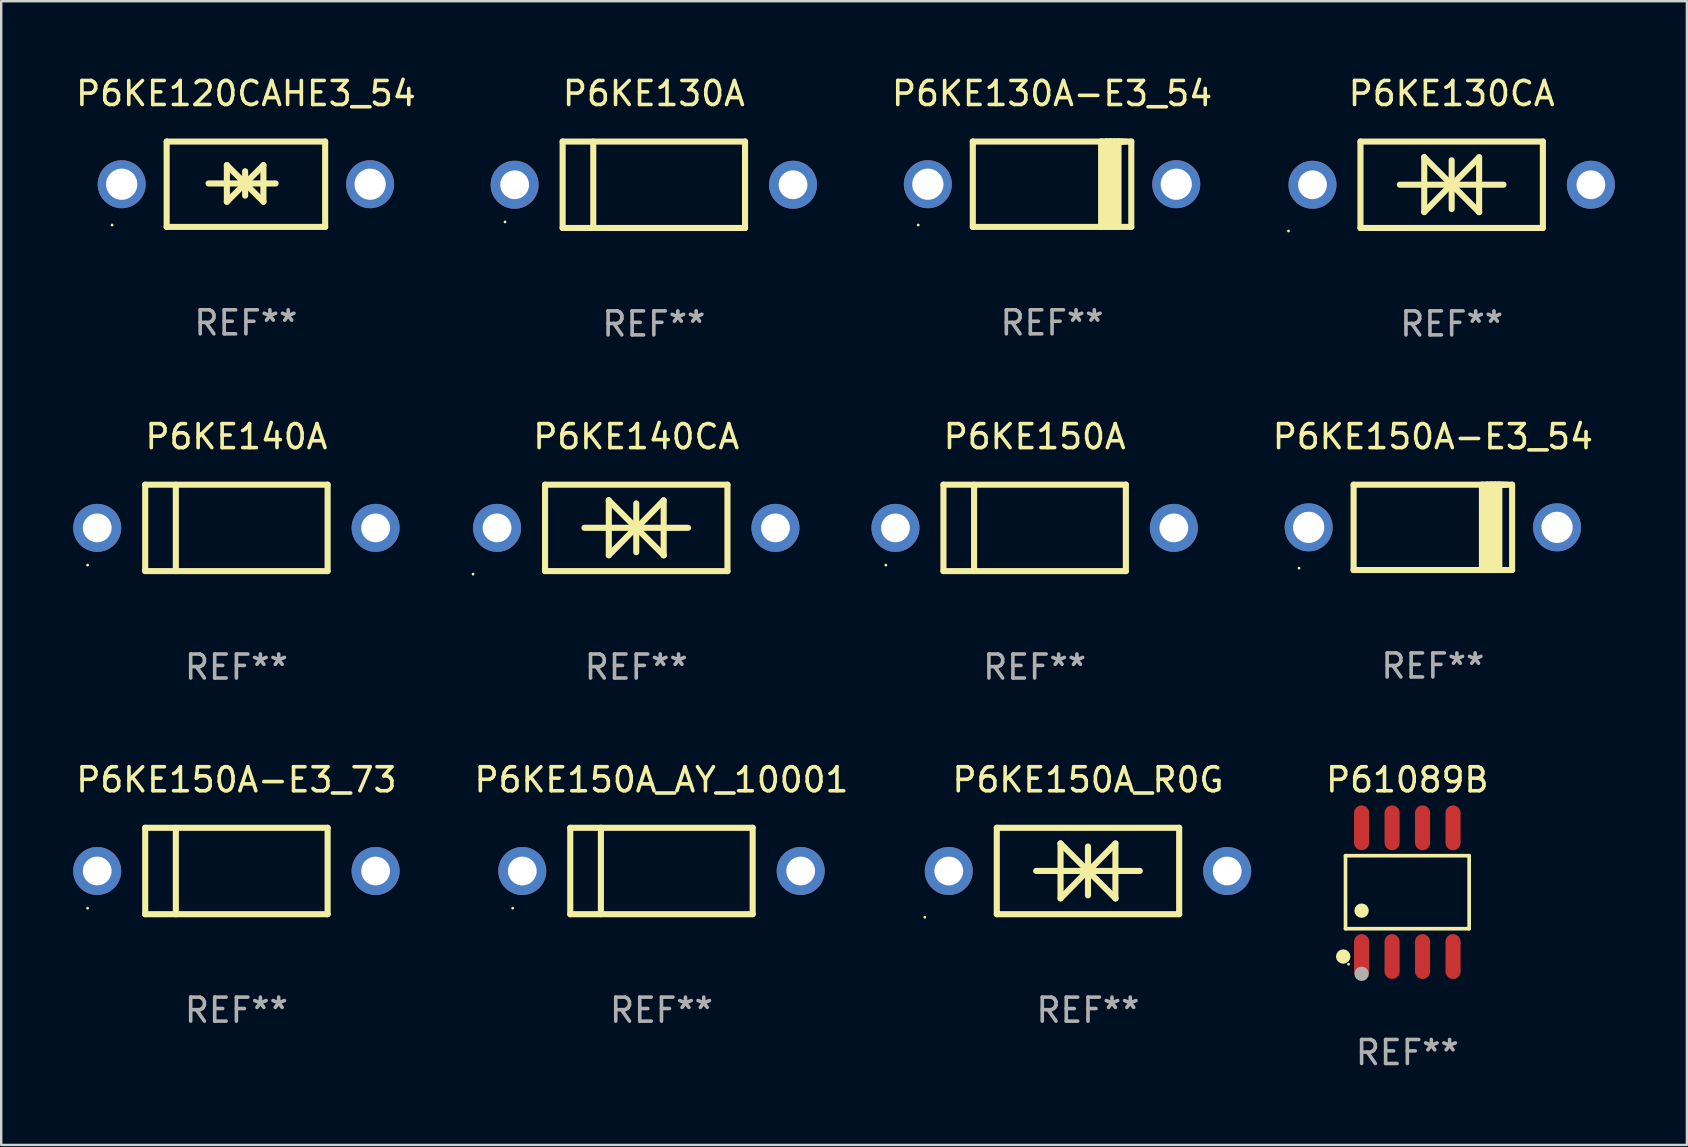
<source format=kicad_pcb>
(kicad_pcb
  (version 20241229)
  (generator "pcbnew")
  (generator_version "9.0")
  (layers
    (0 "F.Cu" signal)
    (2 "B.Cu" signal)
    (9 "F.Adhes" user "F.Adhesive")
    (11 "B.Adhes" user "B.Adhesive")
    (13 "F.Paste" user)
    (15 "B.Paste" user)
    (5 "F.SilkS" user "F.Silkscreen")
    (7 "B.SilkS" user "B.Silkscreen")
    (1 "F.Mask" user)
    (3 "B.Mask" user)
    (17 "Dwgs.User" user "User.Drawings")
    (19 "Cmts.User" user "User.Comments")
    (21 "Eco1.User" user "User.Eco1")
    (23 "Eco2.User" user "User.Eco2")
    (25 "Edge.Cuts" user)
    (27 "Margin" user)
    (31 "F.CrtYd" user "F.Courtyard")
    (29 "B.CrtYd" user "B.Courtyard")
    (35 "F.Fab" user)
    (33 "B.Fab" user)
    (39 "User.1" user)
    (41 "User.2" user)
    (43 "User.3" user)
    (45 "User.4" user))
  (footprint "P6KE120CAHE3_54"
    (layer "F.Cu")
    (at 7.196 4.626)
    (property "Reference" "P6KE120CAHE3_54" (at 0 -3.778 0) (layer "F.SilkS") (effects (font (size 1 1) (thickness 0.15))))
    (attr through_hole)
    (fp_line (start -3.302 -1.778) (end -3.302 1.778) (stroke (width 0.254) (type solid)) (layer "F.SilkS"))
    (fp_line (start -3.302 1.778) (end 3.302 1.778) (stroke (width 0.254) (type solid)) (layer "F.SilkS"))
    (fp_line (start -1.556 -0.032) (end 1.238 -0.032) (stroke (width 0.254) (type solid)) (layer "F.SilkS"))
    (fp_line (start -0.794 -0.794) (end 0.73 0.73) (stroke (width 0.254) (type solid)) (layer "F.SilkS"))
    (fp_line (start -0.794 0.73) (end -0.794 -0.794) (stroke (width 0.254) (type solid)) (layer "F.SilkS"))
    (fp_line (start -0.032 -0.54) (end -0.032 0.476) (stroke (width 0.254) (type solid)) (layer "F.SilkS"))
    (fp_line (start 0.73 -0.794) (end -0.794 0.73) (stroke (width 0.254) (type solid)) (layer "F.SilkS"))
    (fp_line (start 0.73 0.73) (end 0.73 -0.794) (stroke (width 0.254) (type solid)) (layer "F.SilkS"))
    (fp_line (start 3.302 -1.778) (end -3.302 -1.778) (stroke (width 0.254) (type solid)) (layer "F.SilkS"))
    (fp_line (start 3.302 1.778) (end 3.302 -1.778) (stroke (width 0.254) (type solid)) (layer "F.SilkS"))
    (fp_circle (center -5.576 1.7) (end -5.546 1.7) (stroke (width 0.06) (type solid)) (fill no) (layer "F.SilkS"))
    (fp_text user "REF**" (at 0 5.778 0) (layer "F.Fab") (effects (font (size 1 1) (thickness 0.15))))
    (pad "1" thru_hole circle (at -5.175 0) (size 2 2) (drill 1.3) (layers "*.Cu" "*.Mask"))
    (pad "2" thru_hole circle (at 5.175 0) (size 2 2) (drill 1.3) (layers "*.Cu" "*.Mask")))
  (footprint "P6KE130A-E3_54"
    (layer "F.Cu")
    (at 40.785 4.626)
    (property "Reference" "P6KE130A-E3_54" (at 0 -3.778 0) (layer "F.SilkS") (effects (font (size 1 1) (thickness 0.15))))
    (attr through_hole)
    (fp_line (start -3.302 -1.778) (end -3.302 1.778) (stroke (width 0.254) (type solid)) (layer "F.SilkS"))
    (fp_line (start -3.302 1.778) (end 3.302 1.778) (stroke (width 0.254) (type solid)) (layer "F.SilkS"))
    (fp_line (start 2.045 -1.778) (end 2.045 1.778) (stroke (width 0.254) (type solid)) (layer "F.SilkS"))
    (fp_line (start 2.261 -1.778) (end 2.261 1.778) (stroke (width 0.254) (type solid)) (layer "F.SilkS"))
    (fp_line (start 2.421 -1.778) (end 2.045 -1.778) (stroke (width 0.254) (type solid)) (layer "F.SilkS"))
    (fp_line (start 2.439 -1.778) (end 2.439 1.778) (stroke (width 0.254) (type solid)) (layer "F.SilkS"))
    (fp_line (start 2.579 -1.778) (end 2.261 -1.778) (stroke (width 0.254) (type solid)) (layer "F.SilkS"))
    (fp_line (start 2.604 -1.778) (end 2.604 1.778) (stroke (width 0.254) (type solid)) (layer "F.SilkS"))
    (fp_line (start 2.757 -1.778) (end 2.439 -1.778) (stroke (width 0.254) (type solid)) (layer "F.SilkS"))
    (fp_line (start 2.769 -1.778) (end 2.769 1.778) (stroke (width 0.254) (type solid)) (layer "F.SilkS"))
    (fp_line (start 2.922 -1.778) (end 2.604 -1.778) (stroke (width 0.254) (type solid)) (layer "F.SilkS"))
    (fp_line (start 3.087 -1.778) (end 2.769 -1.778) (stroke (width 0.254) (type solid)) (layer "F.SilkS"))
    (fp_line (start 3.302 -1.778) (end -3.302 -1.778) (stroke (width 0.254) (type solid)) (layer "F.SilkS"))
    (fp_line (start 3.302 1.778) (end 3.302 -1.778) (stroke (width 0.254) (type solid)) (layer "F.SilkS"))
    (fp_circle (center -5.576 1.7) (end -5.546 1.7) (stroke (width 0.06) (type solid)) (fill no) (layer "F.SilkS"))
    (fp_text user "REF**" (at 0 5.778 0) (layer "F.Fab") (effects (font (size 1 1) (thickness 0.15))))
    (pad "1" thru_hole circle (at -5.175 0) (size 2 2) (drill 1.3) (layers "*.Cu" "*.Mask"))
    (pad "2" thru_hole circle (at 5.175 0) (size 2 2) (drill 1.3) (layers "*.Cu" "*.Mask")))
  (footprint "P6KE150A-E3_54"
    (layer "F.Cu")
    (at 56.652 18.923)
    (property "Reference" "P6KE150A-E3_54" (at 0 -3.778 0) (layer "F.SilkS") (effects (font (size 1 1) (thickness 0.15))))
    (attr through_hole)
    (fp_line (start -3.302 -1.778) (end -3.302 1.778) (stroke (width 0.254) (type solid)) (layer "F.SilkS"))
    (fp_line (start -3.302 1.778) (end 3.302 1.778) (stroke (width 0.254) (type solid)) (layer "F.SilkS"))
    (fp_line (start 2.045 -1.778) (end 2.045 1.778) (stroke (width 0.254) (type solid)) (layer "F.SilkS"))
    (fp_line (start 2.261 -1.778) (end 2.261 1.778) (stroke (width 0.254) (type solid)) (layer "F.SilkS"))
    (fp_line (start 2.421 -1.778) (end 2.045 -1.778) (stroke (width 0.254) (type solid)) (layer "F.SilkS"))
    (fp_line (start 2.439 -1.778) (end 2.439 1.778) (stroke (width 0.254) (type solid)) (layer "F.SilkS"))
    (fp_line (start 2.579 -1.778) (end 2.261 -1.778) (stroke (width 0.254) (type solid)) (layer "F.SilkS"))
    (fp_line (start 2.604 -1.778) (end 2.604 1.778) (stroke (width 0.254) (type solid)) (layer "F.SilkS"))
    (fp_line (start 2.757 -1.778) (end 2.439 -1.778) (stroke (width 0.254) (type solid)) (layer "F.SilkS"))
    (fp_line (start 2.769 -1.778) (end 2.769 1.778) (stroke (width 0.254) (type solid)) (layer "F.SilkS"))
    (fp_line (start 2.922 -1.778) (end 2.604 -1.778) (stroke (width 0.254) (type solid)) (layer "F.SilkS"))
    (fp_line (start 3.087 -1.778) (end 2.769 -1.778) (stroke (width 0.254) (type solid)) (layer "F.SilkS"))
    (fp_line (start 3.302 -1.778) (end -3.302 -1.778) (stroke (width 0.254) (type solid)) (layer "F.SilkS"))
    (fp_line (start 3.302 1.778) (end 3.302 -1.778) (stroke (width 0.254) (type solid)) (layer "F.SilkS"))
    (fp_circle (center -5.576 1.7) (end -5.546 1.7) (stroke (width 0.06) (type solid)) (fill no) (layer "F.SilkS"))
    (fp_text user "REF**" (at 0 5.778 0) (layer "F.Fab") (effects (font (size 1 1) (thickness 0.15))))
    (pad "1" thru_hole circle (at -5.175 0) (size 2 2) (drill 1.3) (layers "*.Cu" "*.Mask"))
    (pad "2" thru_hole circle (at 5.175 0) (size 2 2) (drill 1.3) (layers "*.Cu" "*.Mask")))
  (footprint "P6KE150A"
    (layer "F.Cu")
    (at 40.06 18.945)
    (property "Reference" "P6KE150A" (at 0 -3.8 0) (layer "F.SilkS") (effects (font (size 1 1) (thickness 0.15))))
    (attr through_hole)
    (fp_line (start -3.8 -1.8) (end -3.8 1.8) (stroke (width 0.254) (type solid)) (layer "F.SilkS"))
    (fp_line (start -3.8 -1.8) (end 3.8 -1.8) (stroke (width 0.254) (type solid)) (layer "F.SilkS"))
    (fp_line (start -3.8 1.8) (end 3.8 1.8) (stroke (width 0.254) (type solid)) (layer "F.SilkS"))
    (fp_line (start -2.524 -1.8) (end -2.524 1.8) (stroke (width 0.254) (type solid)) (layer "F.SilkS"))
    (fp_line (start 3.8 -1.8) (end 3.8 1.8) (stroke (width 0.254) (type solid)) (layer "F.SilkS"))
    (fp_circle (center -6.2 1.55) (end -6.17 1.55) (stroke (width 0.06) (type solid)) (fill no) (layer "F.SilkS"))
    (fp_text user "REF**" (at 0 5.8 0) (layer "F.Fab") (effects (font (size 1 1) (thickness 0.15))))
    (pad "1" thru_hole circle (at -5.8 0) (size 2 2) (drill 1.2) (layers "*.Cu" "*.Mask"))
    (pad "2" thru_hole circle (at 5.8 0) (size 2 2) (drill 1.2) (layers "*.Cu" "*.Mask")))
  (footprint "P6KE140A"
    (layer "F.Cu")
    (at 6.8 18.945)
    (property "Reference" "P6KE140A" (at 0 -3.8 0) (layer "F.SilkS") (effects (font (size 1 1) (thickness 0.15))))
    (attr through_hole)
    (fp_line (start -3.8 -1.8) (end -3.8 1.8) (stroke (width 0.254) (type solid)) (layer "F.SilkS"))
    (fp_line (start -3.8 -1.8) (end 3.8 -1.8) (stroke (width 0.254) (type solid)) (layer "F.SilkS"))
    (fp_line (start -3.8 1.8) (end 3.8 1.8) (stroke (width 0.254) (type solid)) (layer "F.SilkS"))
    (fp_line (start -2.524 -1.8) (end -2.524 1.8) (stroke (width 0.254) (type solid)) (layer "F.SilkS"))
    (fp_line (start 3.8 -1.8) (end 3.8 1.8) (stroke (width 0.254) (type solid)) (layer "F.SilkS"))
    (fp_circle (center -6.2 1.55) (end -6.17 1.55) (stroke (width 0.06) (type solid)) (fill no) (layer "F.SilkS"))
    (fp_text user "REF**" (at 0 5.8 0) (layer "F.Fab") (effects (font (size 1 1) (thickness 0.15))))
    (pad "1" thru_hole circle (at -5.8 0) (size 2 2) (drill 1.2) (layers "*.Cu" "*.Mask"))
    (pad "2" thru_hole circle (at 5.8 0) (size 2 2) (drill 1.2) (layers "*.Cu" "*.Mask")))
  (footprint "P61089B"
    (layer "F.Cu")
    (at 55.588 34.124)
    (property "Reference" "P61089B" (at 0 -4.682 0) (layer "F.SilkS") (effects (font (size 1 1) (thickness 0.15))))
    (attr through_hole)
    (fp_line (start -2.576 -1.521) (end 2.576 -1.521) (stroke (width 0.152) (type solid)) (layer "F.SilkS"))
    (fp_line (start -2.576 1.521) (end -2.576 -1.521) (stroke (width 0.152) (type solid)) (layer "F.SilkS"))
    (fp_line (start 2.576 -1.521) (end 2.576 1.521) (stroke (width 0.152) (type solid)) (layer "F.SilkS"))
    (fp_line (start 2.576 1.521) (end -2.576 1.521) (stroke (width 0.152) (type solid)) (layer "F.SilkS"))
    (fp_circle (center -2.672 2.682) (end -2.522 2.682) (stroke (width 0.3) (type solid)) (fill no) (layer "F.SilkS"))
    (fp_circle (center -2.45 3) (end -2.42 3) (stroke (width 0.06) (type solid)) (fill no) (layer "F.SilkS"))
    (fp_circle (center -1.905 0.769) (end -1.755 0.769) (stroke (width 0.3) (type solid)) (fill no) (layer "F.SilkS"))
    (fp_circle (center -1.905 3.4) (end -1.755 3.4) (stroke (width 0.3) (type solid)) (fill no) (layer "F.Fab"))
    (fp_text user "REF**" (at 0 6.682 0) (layer "F.Fab") (effects (font (size 1 1) (thickness 0.15))))
    (pad "1" smd oval (at -1.905 2.682) (size 0.63 1.865) (layers "F.Cu" "F.Mask" "F.Paste"))
    (pad "2" smd oval (at -0.635 2.682) (size 0.63 1.865) (layers "F.Cu" "F.Mask" "F.Paste"))
    (pad "3" smd oval (at 0.635 2.682) (size 0.63 1.865) (layers "F.Cu" "F.Mask" "F.Paste"))
    (pad "4" smd oval (at 1.905 2.682) (size 0.63 1.865) (layers "F.Cu" "F.Mask" "F.Paste"))
    (pad "5" smd oval (at 1.905 -2.682) (size 0.63 1.865) (layers "F.Cu" "F.Mask" "F.Paste"))
    (pad "6" smd oval (at 0.635 -2.682) (size 0.63 1.865) (layers "F.Cu" "F.Mask" "F.Paste"))
    (pad "7" smd oval (at -0.635 -2.682) (size 0.63 1.865) (layers "F.Cu" "F.Mask" "F.Paste"))
    (pad "8" smd oval (at -1.905 -2.682) (size 0.63 1.865) (layers "F.Cu" "F.Mask" "F.Paste")))
  (footprint "P6KE150A_AY_10001"
    (layer "F.Cu")
    (at 24.511 33.241)
    (property "Reference" "P6KE150A_AY_10001" (at 0 -3.8 0) (layer "F.SilkS") (effects (font (size 1 1) (thickness 0.15))))
    (attr through_hole)
    (fp_line (start -3.8 -1.8) (end -3.8 1.8) (stroke (width 0.254) (type solid)) (layer "F.SilkS"))
    (fp_line (start -3.8 -1.8) (end 3.8 -1.8) (stroke (width 0.254) (type solid)) (layer "F.SilkS"))
    (fp_line (start -3.8 1.8) (end 3.8 1.8) (stroke (width 0.254) (type solid)) (layer "F.SilkS"))
    (fp_line (start -2.524 -1.8) (end -2.524 1.8) (stroke (width 0.254) (type solid)) (layer "F.SilkS"))
    (fp_line (start 3.8 -1.8) (end 3.8 1.8) (stroke (width 0.254) (type solid)) (layer "F.SilkS"))
    (fp_circle (center -6.2 1.55) (end -6.17 1.55) (stroke (width 0.06) (type solid)) (fill no) (layer "F.SilkS"))
    (fp_text user "REF**" (at 0 5.8 0) (layer "F.Fab") (effects (font (size 1 1) (thickness 0.15))))
    (pad "1" thru_hole circle (at -5.8 0) (size 2 2) (drill 1.2) (layers "*.Cu" "*.Mask"))
    (pad "2" thru_hole circle (at 5.8 0) (size 2 2) (drill 1.2) (layers "*.Cu" "*.Mask")))
  (footprint "P6KE140CA"
    (layer "F.Cu")
    (at 23.46 18.945)
    (property "Reference" "P6KE140CA" (at 0 -3.8 0) (layer "F.SilkS") (effects (font (size 1 1) (thickness 0.15))))
    (attr through_hole)
    (fp_line (start -3.8 -1.8) (end -3.8 1.8) (stroke (width 0.254) (type solid)) (layer "F.SilkS"))
    (fp_line (start -3.8 -1.8) (end 3.8 -1.8) (stroke (width 0.254) (type solid)) (layer "F.SilkS"))
    (fp_line (start -3.8 1.8) (end 3.8 1.8) (stroke (width 0.254) (type solid)) (layer "F.SilkS"))
    (fp_line (start -2.159 -0.003) (end 2.159 -0.003) (stroke (width 0.254) (type solid)) (layer "F.SilkS"))
    (fp_line (start -1.143 -1.146) (end -1.143 1.14) (stroke (width 0.254) (type solid)) (layer "F.SilkS"))
    (fp_line (start -1.143 -1.143) (end -1.143 -1.146) (stroke (width 0.254) (type solid)) (layer "F.SilkS"))
    (fp_line (start 0 -1.019) (end 0 1.013) (stroke (width 0.254) (type solid)) (layer "F.SilkS"))
    (fp_line (start 0 -0.026) (end -1.143 1.14) (stroke (width 0.254) (type solid)) (layer "F.SilkS"))
    (fp_line (start 0 -0.006) (end 1.143 1.137) (stroke (width 0.254) (type solid)) (layer "F.SilkS"))
    (fp_line (start 0 0) (end -1.143 -1.143) (stroke (width 0.254) (type solid)) (layer "F.SilkS"))
    (fp_line (start 0 0.02) (end 1.143 -1.146) (stroke (width 0.254) (type solid)) (layer "F.SilkS"))
    (fp_line (start 1.143 1.137) (end 1.143 1.14) (stroke (width 0.254) (type solid)) (layer "F.SilkS"))
    (fp_line (start 1.143 1.14) (end 1.143 -1.146) (stroke (width 0.254) (type solid)) (layer "F.SilkS"))
    (fp_line (start 3.8 -1.8) (end 3.8 1.8) (stroke (width 0.254) (type solid)) (layer "F.SilkS"))
    (fp_circle (center -6.8 1.927) (end -6.77 1.927) (stroke (width 0.06) (type solid)) (fill no) (layer "F.SilkS"))
    (fp_text user "REF**" (at 0 5.8 0) (layer "F.Fab") (effects (font (size 1 1) (thickness 0.15))))
    (pad "1" thru_hole circle (at -5.8 0) (size 2 2) (drill 1.2) (layers "*.Cu" "*.Mask"))
    (pad "2" thru_hole circle (at 5.8 0) (size 2 2) (drill 1.2) (layers "*.Cu" "*.Mask")))
  (footprint "P6KE130A"
    (layer "F.Cu")
    (at 24.193 4.648)
    (property "Reference" "P6KE130A" (at 0 -3.8 0) (layer "F.SilkS") (effects (font (size 1 1) (thickness 0.15))))
    (attr through_hole)
    (fp_line (start -3.8 -1.8) (end -3.8 1.8) (stroke (width 0.254) (type solid)) (layer "F.SilkS"))
    (fp_line (start -3.8 -1.8) (end 3.8 -1.8) (stroke (width 0.254) (type solid)) (layer "F.SilkS"))
    (fp_line (start -3.8 1.8) (end 3.8 1.8) (stroke (width 0.254) (type solid)) (layer "F.SilkS"))
    (fp_line (start -2.524 -1.8) (end -2.524 1.8) (stroke (width 0.254) (type solid)) (layer "F.SilkS"))
    (fp_line (start 3.8 -1.8) (end 3.8 1.8) (stroke (width 0.254) (type solid)) (layer "F.SilkS"))
    (fp_circle (center -6.2 1.55) (end -6.17 1.55) (stroke (width 0.06) (type solid)) (fill no) (layer "F.SilkS"))
    (fp_text user "REF**" (at 0 5.8 0) (layer "F.Fab") (effects (font (size 1 1) (thickness 0.15))))
    (pad "1" thru_hole circle (at -5.8 0) (size 2 2) (drill 1.2) (layers "*.Cu" "*.Mask"))
    (pad "2" thru_hole circle (at 5.8 0) (size 2 2) (drill 1.2) (layers "*.Cu" "*.Mask")))
  (footprint "P6KE150A_R0G"
    (layer "F.Cu")
    (at 42.282 33.241)
    (property "Reference" "P6KE150A_R0G" (at 0 -3.8 0) (layer "F.SilkS") (effects (font (size 1 1) (thickness 0.15))))
    (attr through_hole)
    (fp_line (start -3.8 -1.8) (end -3.8 1.8) (stroke (width 0.254) (type solid)) (layer "F.SilkS"))
    (fp_line (start -3.8 -1.8) (end 3.8 -1.8) (stroke (width 0.254) (type solid)) (layer "F.SilkS"))
    (fp_line (start -3.8 1.8) (end 3.8 1.8) (stroke (width 0.254) (type solid)) (layer "F.SilkS"))
    (fp_line (start -2.159 -0.003) (end 2.159 -0.003) (stroke (width 0.254) (type solid)) (layer "F.SilkS"))
    (fp_line (start -1.143 -1.146) (end -1.143 1.14) (stroke (width 0.254) (type solid)) (layer "F.SilkS"))
    (fp_line (start -1.143 -1.143) (end -1.143 -1.146) (stroke (width 0.254) (type solid)) (layer "F.SilkS"))
    (fp_line (start 0 -1.019) (end 0 1.013) (stroke (width 0.254) (type solid)) (layer "F.SilkS"))
    (fp_line (start 0 -0.026) (end -1.143 1.14) (stroke (width 0.254) (type solid)) (layer "F.SilkS"))
    (fp_line (start 0 -0.006) (end 1.143 1.137) (stroke (width 0.254) (type solid)) (layer "F.SilkS"))
    (fp_line (start 0 0) (end -1.143 -1.143) (stroke (width 0.254) (type solid)) (layer "F.SilkS"))
    (fp_line (start 0 0.02) (end 1.143 -1.146) (stroke (width 0.254) (type solid)) (layer "F.SilkS"))
    (fp_line (start 1.143 1.137) (end 1.143 1.14) (stroke (width 0.254) (type solid)) (layer "F.SilkS"))
    (fp_line (start 1.143 1.14) (end 1.143 -1.146) (stroke (width 0.254) (type solid)) (layer "F.SilkS"))
    (fp_line (start 3.8 -1.8) (end 3.8 1.8) (stroke (width 0.254) (type solid)) (layer "F.SilkS"))
    (fp_circle (center -6.8 1.927) (end -6.77 1.927) (stroke (width 0.06) (type solid)) (fill no) (layer "F.SilkS"))
    (fp_text user "REF**" (at 0 5.8 0) (layer "F.Fab") (effects (font (size 1 1) (thickness 0.15))))
    (pad "1" thru_hole circle (at -5.8 0) (size 2 2) (drill 1.2) (layers "*.Cu" "*.Mask"))
    (pad "2" thru_hole circle (at 5.8 0) (size 2 2) (drill 1.2) (layers "*.Cu" "*.Mask")))
  (footprint "P6KE150A-E3_73"
    (layer "F.Cu")
    (at 6.8 33.241)
    (property "Reference" "P6KE150A-E3_73" (at 0 -3.8 0) (layer "F.SilkS") (effects (font (size 1 1) (thickness 0.15))))
    (attr through_hole)
    (fp_line (start -3.8 -1.8) (end -3.8 1.8) (stroke (width 0.254) (type solid)) (layer "F.SilkS"))
    (fp_line (start -3.8 -1.8) (end 3.8 -1.8) (stroke (width 0.254) (type solid)) (layer "F.SilkS"))
    (fp_line (start -3.8 1.8) (end 3.8 1.8) (stroke (width 0.254) (type solid)) (layer "F.SilkS"))
    (fp_line (start -2.524 -1.8) (end -2.524 1.8) (stroke (width 0.254) (type solid)) (layer "F.SilkS"))
    (fp_line (start 3.8 -1.8) (end 3.8 1.8) (stroke (width 0.254) (type solid)) (layer "F.SilkS"))
    (fp_circle (center -6.2 1.55) (end -6.17 1.55) (stroke (width 0.06) (type solid)) (fill no) (layer "F.SilkS"))
    (fp_text user "REF**" (at 0 5.8 0) (layer "F.Fab") (effects (font (size 1 1) (thickness 0.15))))
    (pad "1" thru_hole circle (at -5.8 0) (size 2 2) (drill 1.2) (layers "*.Cu" "*.Mask"))
    (pad "2" thru_hole circle (at 5.8 0) (size 2 2) (drill 1.2) (layers "*.Cu" "*.Mask")))
  (footprint "P6KE130CA"
    (layer "F.Cu")
    (at 57.436 4.648)
    (property "Reference" "P6KE130CA" (at 0 -3.8 0) (layer "F.SilkS") (effects (font (size 1 1) (thickness 0.15))))
    (attr through_hole)
    (fp_line (start -3.8 -1.8) (end -3.8 1.8) (stroke (width 0.254) (type solid)) (layer "F.SilkS"))
    (fp_line (start -3.8 -1.8) (end 3.8 -1.8) (stroke (width 0.254) (type solid)) (layer "F.SilkS"))
    (fp_line (start -3.8 1.8) (end 3.8 1.8) (stroke (width 0.254) (type solid)) (layer "F.SilkS"))
    (fp_line (start -2.159 -0.003) (end 2.159 -0.003) (stroke (width 0.254) (type solid)) (layer "F.SilkS"))
    (fp_line (start -1.143 -1.146) (end -1.143 1.14) (stroke (width 0.254) (type solid)) (layer "F.SilkS"))
    (fp_line (start -1.143 -1.143) (end -1.143 -1.146) (stroke (width 0.254) (type solid)) (layer "F.SilkS"))
    (fp_line (start 0 -1.019) (end 0 1.013) (stroke (width 0.254) (type solid)) (layer "F.SilkS"))
    (fp_line (start 0 -0.026) (end -1.143 1.14) (stroke (width 0.254) (type solid)) (layer "F.SilkS"))
    (fp_line (start 0 -0.006) (end 1.143 1.137) (stroke (width 0.254) (type solid)) (layer "F.SilkS"))
    (fp_line (start 0 0) (end -1.143 -1.143) (stroke (width 0.254) (type solid)) (layer "F.SilkS"))
    (fp_line (start 0 0.02) (end 1.143 -1.146) (stroke (width 0.254) (type solid)) (layer "F.SilkS"))
    (fp_line (start 1.143 1.137) (end 1.143 1.14) (stroke (width 0.254) (type solid)) (layer "F.SilkS"))
    (fp_line (start 1.143 1.14) (end 1.143 -1.146) (stroke (width 0.254) (type solid)) (layer "F.SilkS"))
    (fp_line (start 3.8 -1.8) (end 3.8 1.8) (stroke (width 0.254) (type solid)) (layer "F.SilkS"))
    (fp_circle (center -6.8 1.927) (end -6.77 1.927) (stroke (width 0.06) (type solid)) (fill no) (layer "F.SilkS"))
    (fp_text user "REF**" (at 0 5.8 0) (layer "F.Fab") (effects (font (size 1 1) (thickness 0.15))))
    (pad "1" thru_hole circle (at -5.8 0) (size 2 2) (drill 1.2) (layers "*.Cu" "*.Mask"))
    (pad "2" thru_hole circle (at 5.8 0) (size 2 2) (drill 1.2) (layers "*.Cu" "*.Mask")))
  (gr_rect
    (start -3 -3)
    (end 67.237 44.654)
    (stroke (width 0.1) (type default))
    (fill no)
    (layer "Edge.Cuts")))
</source>
